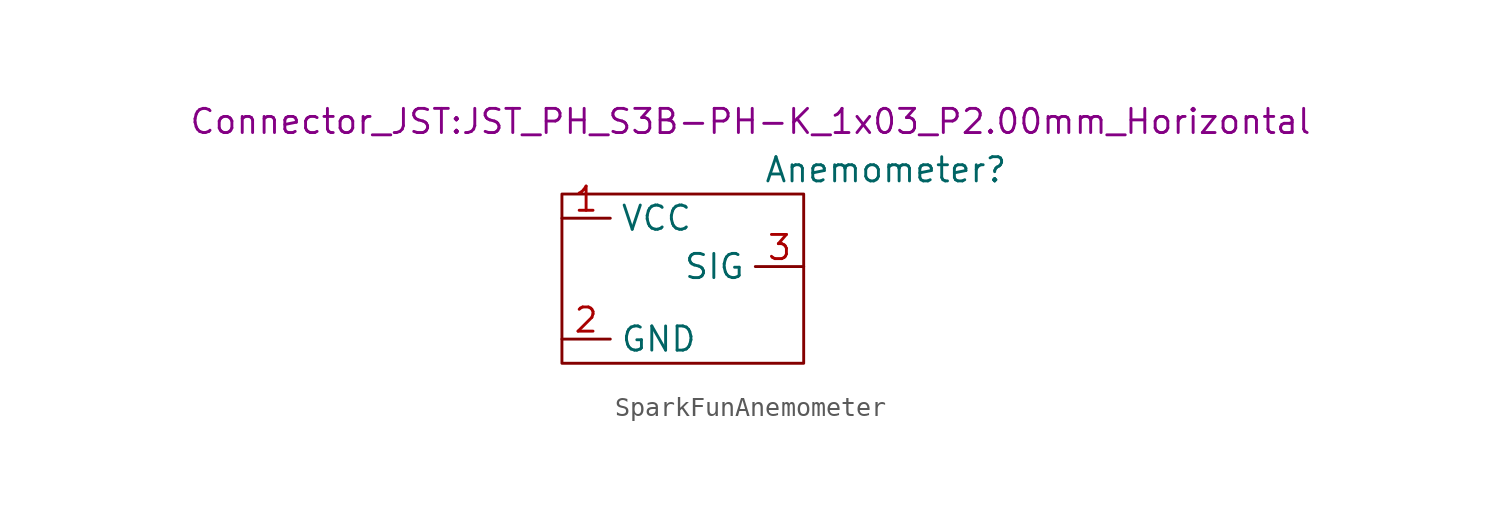
<source format=kicad_sym>
(kicad_symbol_lib
  (version 20241209)
  (generator "kicad_symbol_editor")
  (generator_version "9.0")
  (symbol "SparkFunAnemometer"
    (property "Reference" "Anemometer"
      (at 10.668 5.08 0)
      (effects (font (size 1.27 1.27))))
    (property "Value" ""
      (at 0 0 0)
      (effects (font (size 1.27 1.27))))
    (property "Footprint" "Connector_JST:JST_PH_S3B-PH-K_1x03_P2.00mm_Horizontal"
      (at 3.556 7.62 0)
      (effects (font (size 1.27 1.27))))
    (symbol "SparkFunAnemometer_0_1"
      (rectangle (start -6.35 3.81) (end 6.35 -5.08) (stroke (width 0) (type default)) (fill (type none))))
    (symbol "SparkFunAnemometer_1_1"
      (pin input line (at -6.35 2.54 0) (length 2.54) (name "VCC" (effects (font (size 1.27 1.27)))) (number "1" (effects (font (size 1.27 1.27)))))
      (pin input line (at -6.35 -3.81 0) (length 2.54) (name "GND" (effects (font (size 1.27 1.27)))) (number "2" (effects (font (size 1.27 1.27)))))
      (pin output line (at 6.35 0 180) (length 2.54) (name "SIG" (effects (font (size 1.27 1.27)))) (number "3" (effects (font (size 1.27 1.27))))))))
</source>
